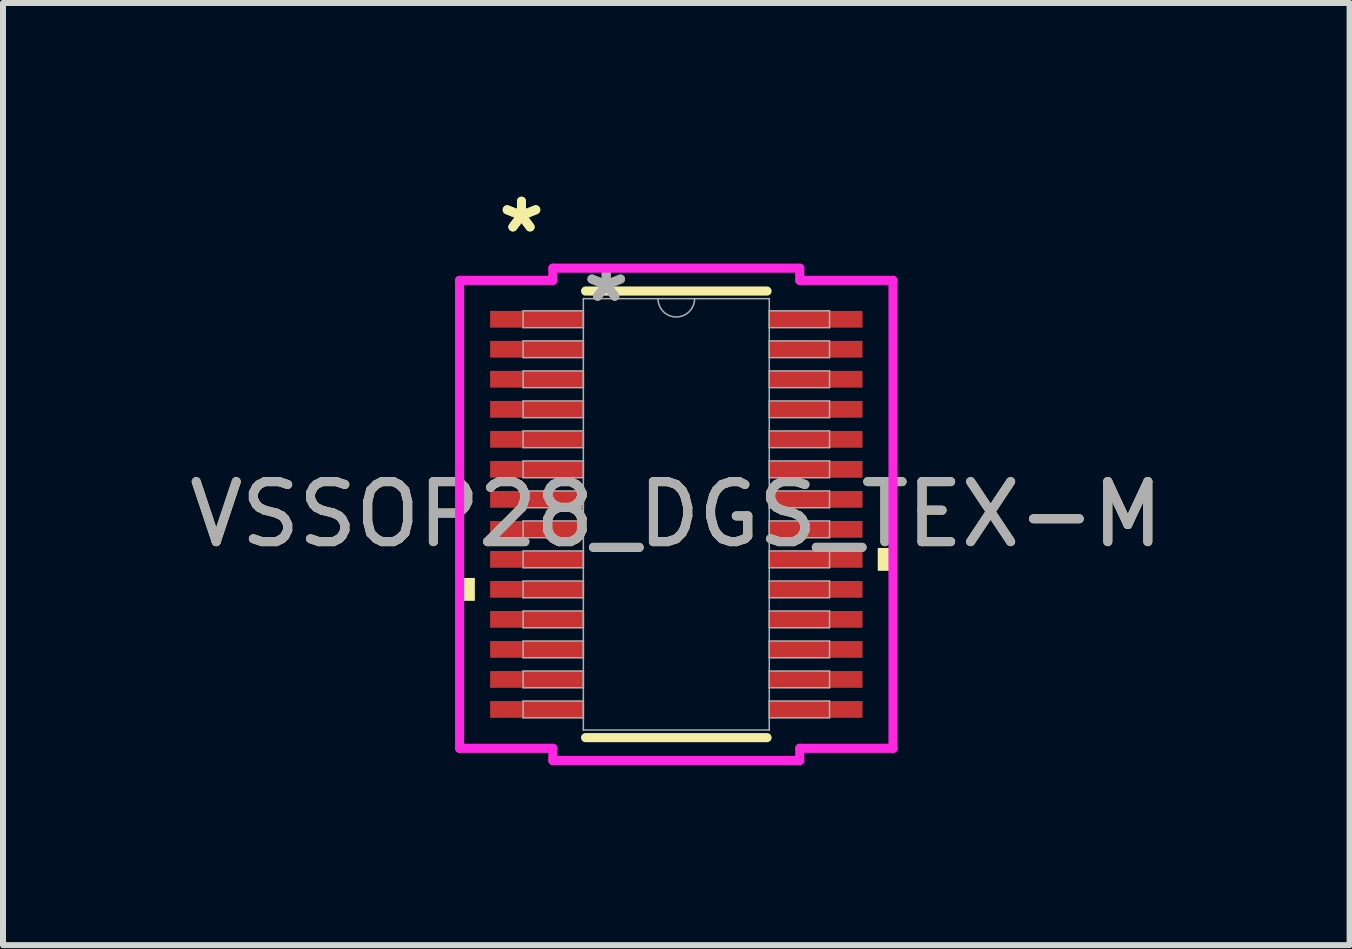
<source format=kicad_pcb>
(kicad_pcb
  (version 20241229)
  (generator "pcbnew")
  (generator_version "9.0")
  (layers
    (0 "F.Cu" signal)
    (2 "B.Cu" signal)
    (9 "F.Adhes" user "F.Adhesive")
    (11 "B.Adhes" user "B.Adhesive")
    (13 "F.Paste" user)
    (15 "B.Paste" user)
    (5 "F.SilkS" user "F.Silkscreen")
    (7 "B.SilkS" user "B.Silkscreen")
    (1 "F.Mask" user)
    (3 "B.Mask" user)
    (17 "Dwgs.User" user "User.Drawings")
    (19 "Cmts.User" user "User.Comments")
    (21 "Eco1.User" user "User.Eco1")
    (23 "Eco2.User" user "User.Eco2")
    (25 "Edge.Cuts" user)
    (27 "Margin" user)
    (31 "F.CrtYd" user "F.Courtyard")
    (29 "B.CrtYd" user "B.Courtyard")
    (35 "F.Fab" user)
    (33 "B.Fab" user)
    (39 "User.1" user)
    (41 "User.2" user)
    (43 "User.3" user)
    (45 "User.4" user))
  (footprint "VSSOP28_DGS_TEX-M"
    (layer "F.Cu")
    (at 8.22 5.521)
    (property "Reference" "VSSOP28_DGS_TEX-M" (at 0 0 0) (unlocked yes) (layer "F.SilkS") (effects (font (size 1 1) (thickness 0.15))))
    (attr smd)
    (fp_line (start -1.512 3.721) (end 1.512 3.721) (stroke (width 0.152) (type solid)) (layer "F.SilkS"))
    (fp_line (start 1.512 -3.721) (end -1.512 -3.721) (stroke (width 0.152) (type solid)) (layer "F.SilkS"))
    (fp_poly (pts (xy -3.611 1.06) (xy -3.611 1.441) (xy -3.357 1.441) (xy -3.357 1.06)) (stroke (width 0) (type solid)) (fill yes) (layer "F.SilkS"))
    (fp_poly (pts (xy 3.611 0.56) (xy 3.611 0.941) (xy 3.357 0.941) (xy 3.357 0.56)) (stroke (width 0) (type solid)) (fill yes) (layer "F.SilkS"))
    (fp_line (start -3.611 -3.899) (end -2.057 -3.899) (stroke (width 0.152) (type solid)) (layer "F.CrtYd"))
    (fp_line (start -3.611 3.899) (end -3.611 -3.899) (stroke (width 0.152) (type solid)) (layer "F.CrtYd"))
    (fp_line (start -3.611 3.899) (end -2.057 3.899) (stroke (width 0.152) (type solid)) (layer "F.CrtYd"))
    (fp_line (start -2.057 -4.102) (end 2.057 -4.102) (stroke (width 0.152) (type solid)) (layer "F.CrtYd"))
    (fp_line (start -2.057 -3.899) (end -2.057 -4.102) (stroke (width 0.152) (type solid)) (layer "F.CrtYd"))
    (fp_line (start -2.057 4.102) (end -2.057 3.899) (stroke (width 0.152) (type solid)) (layer "F.CrtYd"))
    (fp_line (start 2.057 -4.102) (end 2.057 -3.899) (stroke (width 0.152) (type solid)) (layer "F.CrtYd"))
    (fp_line (start 2.057 3.899) (end 2.057 4.102) (stroke (width 0.152) (type solid)) (layer "F.CrtYd"))
    (fp_line (start 2.057 4.102) (end -2.057 4.102) (stroke (width 0.152) (type solid)) (layer "F.CrtYd"))
    (fp_line (start 3.611 -3.899) (end 2.057 -3.899) (stroke (width 0.152) (type solid)) (layer "F.CrtYd"))
    (fp_line (start 3.611 -3.899) (end 3.611 3.899) (stroke (width 0.152) (type solid)) (layer "F.CrtYd"))
    (fp_line (start 3.611 3.899) (end 2.057 3.899) (stroke (width 0.152) (type solid)) (layer "F.CrtYd"))
    (fp_line (start -2.553 -3.391) (end -2.553 -3.111) (stroke (width 0.025) (type solid)) (layer "F.Fab"))
    (fp_line (start -2.553 -3.111) (end -1.549 -3.111) (stroke (width 0.025) (type solid)) (layer "F.Fab"))
    (fp_line (start -2.553 -2.89) (end -2.553 -2.611) (stroke (width 0.025) (type solid)) (layer "F.Fab"))
    (fp_line (start -2.553 -2.611) (end -1.549 -2.611) (stroke (width 0.025) (type solid)) (layer "F.Fab"))
    (fp_line (start -2.553 -2.39) (end -2.553 -2.111) (stroke (width 0.025) (type solid)) (layer "F.Fab"))
    (fp_line (start -2.553 -2.111) (end -1.549 -2.111) (stroke (width 0.025) (type solid)) (layer "F.Fab"))
    (fp_line (start -2.553 -1.89) (end -2.553 -1.611) (stroke (width 0.025) (type solid)) (layer "F.Fab"))
    (fp_line (start -2.553 -1.611) (end -1.549 -1.611) (stroke (width 0.025) (type solid)) (layer "F.Fab"))
    (fp_line (start -2.553 -1.39) (end -2.553 -1.111) (stroke (width 0.025) (type solid)) (layer "F.Fab"))
    (fp_line (start -2.553 -1.111) (end -1.549 -1.111) (stroke (width 0.025) (type solid)) (layer "F.Fab"))
    (fp_line (start -2.553 -0.89) (end -2.553 -0.61) (stroke (width 0.025) (type solid)) (layer "F.Fab"))
    (fp_line (start -2.553 -0.61) (end -1.549 -0.61) (stroke (width 0.025) (type solid)) (layer "F.Fab"))
    (fp_line (start -2.553 -0.39) (end -2.553 -0.11) (stroke (width 0.025) (type solid)) (layer "F.Fab"))
    (fp_line (start -2.553 -0.11) (end -1.549 -0.11) (stroke (width 0.025) (type solid)) (layer "F.Fab"))
    (fp_line (start -2.553 0.11) (end -2.553 0.39) (stroke (width 0.025) (type solid)) (layer "F.Fab"))
    (fp_line (start -2.553 0.39) (end -1.549 0.39) (stroke (width 0.025) (type solid)) (layer "F.Fab"))
    (fp_line (start -2.553 0.61) (end -2.553 0.89) (stroke (width 0.025) (type solid)) (layer "F.Fab"))
    (fp_line (start -2.553 0.89) (end -1.549 0.89) (stroke (width 0.025) (type solid)) (layer "F.Fab"))
    (fp_line (start -2.553 1.111) (end -2.553 1.39) (stroke (width 0.025) (type solid)) (layer "F.Fab"))
    (fp_line (start -2.553 1.39) (end -1.549 1.39) (stroke (width 0.025) (type solid)) (layer "F.Fab"))
    (fp_line (start -2.553 1.611) (end -2.553 1.89) (stroke (width 0.025) (type solid)) (layer "F.Fab"))
    (fp_line (start -2.553 1.89) (end -1.549 1.89) (stroke (width 0.025) (type solid)) (layer "F.Fab"))
    (fp_line (start -2.553 2.111) (end -2.553 2.39) (stroke (width 0.025) (type solid)) (layer "F.Fab"))
    (fp_line (start -2.553 2.39) (end -1.549 2.39) (stroke (width 0.025) (type solid)) (layer "F.Fab"))
    (fp_line (start -2.553 2.611) (end -2.553 2.89) (stroke (width 0.025) (type solid)) (layer "F.Fab"))
    (fp_line (start -2.553 2.89) (end -1.549 2.89) (stroke (width 0.025) (type solid)) (layer "F.Fab"))
    (fp_line (start -2.553 3.111) (end -2.553 3.391) (stroke (width 0.025) (type solid)) (layer "F.Fab"))
    (fp_line (start -2.553 3.391) (end -1.549 3.391) (stroke (width 0.025) (type solid)) (layer "F.Fab"))
    (fp_line (start -1.549 -3.594) (end -1.549 3.594) (stroke (width 0.025) (type solid)) (layer "F.Fab"))
    (fp_line (start -1.549 -3.391) (end -2.553 -3.391) (stroke (width 0.025) (type solid)) (layer "F.Fab"))
    (fp_line (start -1.549 -3.111) (end -1.549 -3.391) (stroke (width 0.025) (type solid)) (layer "F.Fab"))
    (fp_line (start -1.549 -2.89) (end -2.553 -2.89) (stroke (width 0.025) (type solid)) (layer "F.Fab"))
    (fp_line (start -1.549 -2.611) (end -1.549 -2.89) (stroke (width 0.025) (type solid)) (layer "F.Fab"))
    (fp_line (start -1.549 -2.39) (end -2.553 -2.39) (stroke (width 0.025) (type solid)) (layer "F.Fab"))
    (fp_line (start -1.549 -2.111) (end -1.549 -2.39) (stroke (width 0.025) (type solid)) (layer "F.Fab"))
    (fp_line (start -1.549 -1.89) (end -2.553 -1.89) (stroke (width 0.025) (type solid)) (layer "F.Fab"))
    (fp_line (start -1.549 -1.611) (end -1.549 -1.89) (stroke (width 0.025) (type solid)) (layer "F.Fab"))
    (fp_line (start -1.549 -1.39) (end -2.553 -1.39) (stroke (width 0.025) (type solid)) (layer "F.Fab"))
    (fp_line (start -1.549 -1.111) (end -1.549 -1.39) (stroke (width 0.025) (type solid)) (layer "F.Fab"))
    (fp_line (start -1.549 -0.89) (end -2.553 -0.89) (stroke (width 0.025) (type solid)) (layer "F.Fab"))
    (fp_line (start -1.549 -0.61) (end -1.549 -0.89) (stroke (width 0.025) (type solid)) (layer "F.Fab"))
    (fp_line (start -1.549 -0.39) (end -2.553 -0.39) (stroke (width 0.025) (type solid)) (layer "F.Fab"))
    (fp_line (start -1.549 -0.11) (end -1.549 -0.39) (stroke (width 0.025) (type solid)) (layer "F.Fab"))
    (fp_line (start -1.549 0.11) (end -2.553 0.11) (stroke (width 0.025) (type solid)) (layer "F.Fab"))
    (fp_line (start -1.549 0.39) (end -1.549 0.11) (stroke (width 0.025) (type solid)) (layer "F.Fab"))
    (fp_line (start -1.549 0.61) (end -2.553 0.61) (stroke (width 0.025) (type solid)) (layer "F.Fab"))
    (fp_line (start -1.549 0.89) (end -1.549 0.61) (stroke (width 0.025) (type solid)) (layer "F.Fab"))
    (fp_line (start -1.549 1.111) (end -2.553 1.111) (stroke (width 0.025) (type solid)) (layer "F.Fab"))
    (fp_line (start -1.549 1.39) (end -1.549 1.111) (stroke (width 0.025) (type solid)) (layer "F.Fab"))
    (fp_line (start -1.549 1.611) (end -2.553 1.611) (stroke (width 0.025) (type solid)) (layer "F.Fab"))
    (fp_line (start -1.549 1.89) (end -1.549 1.611) (stroke (width 0.025) (type solid)) (layer "F.Fab"))
    (fp_line (start -1.549 2.111) (end -2.553 2.111) (stroke (width 0.025) (type solid)) (layer "F.Fab"))
    (fp_line (start -1.549 2.39) (end -1.549 2.111) (stroke (width 0.025) (type solid)) (layer "F.Fab"))
    (fp_line (start -1.549 2.611) (end -2.553 2.611) (stroke (width 0.025) (type solid)) (layer "F.Fab"))
    (fp_line (start -1.549 2.89) (end -1.549 2.611) (stroke (width 0.025) (type solid)) (layer "F.Fab"))
    (fp_line (start -1.549 3.111) (end -2.553 3.111) (stroke (width 0.025) (type solid)) (layer "F.Fab"))
    (fp_line (start -1.549 3.391) (end -1.549 3.111) (stroke (width 0.025) (type solid)) (layer "F.Fab"))
    (fp_line (start -1.549 3.594) (end 1.549 3.594) (stroke (width 0.025) (type solid)) (layer "F.Fab"))
    (fp_line (start 1.549 -3.594) (end -1.549 -3.594) (stroke (width 0.025) (type solid)) (layer "F.Fab"))
    (fp_line (start 1.549 -3.391) (end 1.549 -3.111) (stroke (width 0.025) (type solid)) (layer "F.Fab"))
    (fp_line (start 1.549 -3.111) (end 2.553 -3.111) (stroke (width 0.025) (type solid)) (layer "F.Fab"))
    (fp_line (start 1.549 -2.89) (end 1.549 -2.611) (stroke (width 0.025) (type solid)) (layer "F.Fab"))
    (fp_line (start 1.549 -2.611) (end 2.553 -2.611) (stroke (width 0.025) (type solid)) (layer "F.Fab"))
    (fp_line (start 1.549 -2.39) (end 1.549 -2.111) (stroke (width 0.025) (type solid)) (layer "F.Fab"))
    (fp_line (start 1.549 -2.111) (end 2.553 -2.111) (stroke (width 0.025) (type solid)) (layer "F.Fab"))
    (fp_line (start 1.549 -1.89) (end 1.549 -1.611) (stroke (width 0.025) (type solid)) (layer "F.Fab"))
    (fp_line (start 1.549 -1.611) (end 2.553 -1.611) (stroke (width 0.025) (type solid)) (layer "F.Fab"))
    (fp_line (start 1.549 -1.39) (end 1.549 -1.111) (stroke (width 0.025) (type solid)) (layer "F.Fab"))
    (fp_line (start 1.549 -1.111) (end 2.553 -1.111) (stroke (width 0.025) (type solid)) (layer "F.Fab"))
    (fp_line (start 1.549 -0.89) (end 1.549 -0.61) (stroke (width 0.025) (type solid)) (layer "F.Fab"))
    (fp_line (start 1.549 -0.61) (end 2.553 -0.61) (stroke (width 0.025) (type solid)) (layer "F.Fab"))
    (fp_line (start 1.549 -0.39) (end 1.549 -0.11) (stroke (width 0.025) (type solid)) (layer "F.Fab"))
    (fp_line (start 1.549 -0.11) (end 2.553 -0.11) (stroke (width 0.025) (type solid)) (layer "F.Fab"))
    (fp_line (start 1.549 0.11) (end 1.549 0.39) (stroke (width 0.025) (type solid)) (layer "F.Fab"))
    (fp_line (start 1.549 0.39) (end 2.553 0.39) (stroke (width 0.025) (type solid)) (layer "F.Fab"))
    (fp_line (start 1.549 0.61) (end 1.549 0.89) (stroke (width 0.025) (type solid)) (layer "F.Fab"))
    (fp_line (start 1.549 0.89) (end 2.553 0.89) (stroke (width 0.025) (type solid)) (layer "F.Fab"))
    (fp_line (start 1.549 1.111) (end 1.549 1.39) (stroke (width 0.025) (type solid)) (layer "F.Fab"))
    (fp_line (start 1.549 1.39) (end 2.553 1.39) (stroke (width 0.025) (type solid)) (layer "F.Fab"))
    (fp_line (start 1.549 1.611) (end 1.549 1.89) (stroke (width 0.025) (type solid)) (layer "F.Fab"))
    (fp_line (start 1.549 1.89) (end 2.553 1.89) (stroke (width 0.025) (type solid)) (layer "F.Fab"))
    (fp_line (start 1.549 2.111) (end 1.549 2.39) (stroke (width 0.025) (type solid)) (layer "F.Fab"))
    (fp_line (start 1.549 2.39) (end 2.553 2.39) (stroke (width 0.025) (type solid)) (layer "F.Fab"))
    (fp_line (start 1.549 2.611) (end 1.549 2.89) (stroke (width 0.025) (type solid)) (layer "F.Fab"))
    (fp_line (start 1.549 2.89) (end 2.553 2.89) (stroke (width 0.025) (type solid)) (layer "F.Fab"))
    (fp_line (start 1.549 3.111) (end 1.549 3.391) (stroke (width 0.025) (type solid)) (layer "F.Fab"))
    (fp_line (start 1.549 3.391) (end 2.553 3.391) (stroke (width 0.025) (type solid)) (layer "F.Fab"))
    (fp_line (start 1.549 3.594) (end 1.549 -3.594) (stroke (width 0.025) (type solid)) (layer "F.Fab"))
    (fp_line (start 2.553 -3.391) (end 1.549 -3.391) (stroke (width 0.025) (type solid)) (layer "F.Fab"))
    (fp_line (start 2.553 -3.111) (end 2.553 -3.391) (stroke (width 0.025) (type solid)) (layer "F.Fab"))
    (fp_line (start 2.553 -2.89) (end 1.549 -2.89) (stroke (width 0.025) (type solid)) (layer "F.Fab"))
    (fp_line (start 2.553 -2.611) (end 2.553 -2.89) (stroke (width 0.025) (type solid)) (layer "F.Fab"))
    (fp_line (start 2.553 -2.39) (end 1.549 -2.39) (stroke (width 0.025) (type solid)) (layer "F.Fab"))
    (fp_line (start 2.553 -2.111) (end 2.553 -2.39) (stroke (width 0.025) (type solid)) (layer "F.Fab"))
    (fp_line (start 2.553 -1.89) (end 1.549 -1.89) (stroke (width 0.025) (type solid)) (layer "F.Fab"))
    (fp_line (start 2.553 -1.611) (end 2.553 -1.89) (stroke (width 0.025) (type solid)) (layer "F.Fab"))
    (fp_line (start 2.553 -1.39) (end 1.549 -1.39) (stroke (width 0.025) (type solid)) (layer "F.Fab"))
    (fp_line (start 2.553 -1.111) (end 2.553 -1.39) (stroke (width 0.025) (type solid)) (layer "F.Fab"))
    (fp_line (start 2.553 -0.89) (end 1.549 -0.89) (stroke (width 0.025) (type solid)) (layer "F.Fab"))
    (fp_line (start 2.553 -0.61) (end 2.553 -0.89) (stroke (width 0.025) (type solid)) (layer "F.Fab"))
    (fp_line (start 2.553 -0.39) (end 1.549 -0.39) (stroke (width 0.025) (type solid)) (layer "F.Fab"))
    (fp_line (start 2.553 -0.11) (end 2.553 -0.39) (stroke (width 0.025) (type solid)) (layer "F.Fab"))
    (fp_line (start 2.553 0.11) (end 1.549 0.11) (stroke (width 0.025) (type solid)) (layer "F.Fab"))
    (fp_line (start 2.553 0.39) (end 2.553 0.11) (stroke (width 0.025) (type solid)) (layer "F.Fab"))
    (fp_line (start 2.553 0.61) (end 1.549 0.61) (stroke (width 0.025) (type solid)) (layer "F.Fab"))
    (fp_line (start 2.553 0.89) (end 2.553 0.61) (stroke (width 0.025) (type solid)) (layer "F.Fab"))
    (fp_line (start 2.553 1.111) (end 1.549 1.111) (stroke (width 0.025) (type solid)) (layer "F.Fab"))
    (fp_line (start 2.553 1.39) (end 2.553 1.111) (stroke (width 0.025) (type solid)) (layer "F.Fab"))
    (fp_line (start 2.553 1.611) (end 1.549 1.611) (stroke (width 0.025) (type solid)) (layer "F.Fab"))
    (fp_line (start 2.553 1.89) (end 2.553 1.611) (stroke (width 0.025) (type solid)) (layer "F.Fab"))
    (fp_line (start 2.553 2.111) (end 1.549 2.111) (stroke (width 0.025) (type solid)) (layer "F.Fab"))
    (fp_line (start 2.553 2.39) (end 2.553 2.111) (stroke (width 0.025) (type solid)) (layer "F.Fab"))
    (fp_line (start 2.553 2.611) (end 1.549 2.611) (stroke (width 0.025) (type solid)) (layer "F.Fab"))
    (fp_line (start 2.553 2.89) (end 2.553 2.611) (stroke (width 0.025) (type solid)) (layer "F.Fab"))
    (fp_line (start 2.553 3.111) (end 1.549 3.111) (stroke (width 0.025) (type solid)) (layer "F.Fab"))
    (fp_line (start 2.553 3.391) (end 2.553 3.111) (stroke (width 0.025) (type solid)) (layer "F.Fab"))
    (fp_arc (start 0.3048 -3.5941) (mid 0 -3.2893) (end -0.3048 -3.5941) (stroke (width 0.0254) (type solid)) (layer "F.Fab"))
    (fp_text user "*" (at -2.58 -4.673 0) (layer "F.SilkS") (effects (font (size 1 1) (thickness 0.15))))
    (fp_text user "*" (at -2.58 -4.673 0) (unlocked yes) (layer "F.SilkS") (effects (font (size 1 1) (thickness 0.15))))
    (fp_text user "*" (at -1.168 -3.518 0) (layer "F.Fab") (effects (font (size 1 1) (thickness 0.15))))
    (fp_text user "*" (at -1.168 -3.518 0) (unlocked yes) (layer "F.Fab") (effects (font (size 1 1) (thickness 0.15))))
    (fp_text user "${REFERENCE}" (at 0 0 0) (unlocked yes) (layer "F.Fab") (effects (font (size 1 1) (thickness 0.15))))
    (pad "1" smd rect (at -2.326 -3.251) (size 1.553 0.279) (layers "F.Cu" "F.Mask" "F.Paste"))
    (pad "2" smd rect (at -2.326 -2.751) (size 1.553 0.279) (layers "F.Cu" "F.Mask" "F.Paste"))
    (pad "3" smd rect (at -2.326 -2.251) (size 1.553 0.279) (layers "F.Cu" "F.Mask" "F.Paste"))
    (pad "4" smd rect (at -2.326 -1.75) (size 1.553 0.279) (layers "F.Cu" "F.Mask" "F.Paste"))
    (pad "5" smd rect (at -2.326 -1.25) (size 1.553 0.279) (layers "F.Cu" "F.Mask" "F.Paste"))
    (pad "6" smd rect (at -2.326 -0.75) (size 1.553 0.279) (layers "F.Cu" "F.Mask" "F.Paste"))
    (pad "7" smd rect (at -2.326 -0.25) (size 1.553 0.279) (layers "F.Cu" "F.Mask" "F.Paste"))
    (pad "8" smd rect (at -2.326 0.25) (size 1.553 0.279) (layers "F.Cu" "F.Mask" "F.Paste"))
    (pad "9" smd rect (at -2.326 0.75) (size 1.553 0.279) (layers "F.Cu" "F.Mask" "F.Paste"))
    (pad "10" smd rect (at -2.326 1.25) (size 1.553 0.279) (layers "F.Cu" "F.Mask" "F.Paste"))
    (pad "11" smd rect (at -2.326 1.75) (size 1.553 0.279) (layers "F.Cu" "F.Mask" "F.Paste"))
    (pad "12" smd rect (at -2.326 2.251) (size 1.553 0.279) (layers "F.Cu" "F.Mask" "F.Paste"))
    (pad "13" smd rect (at -2.326 2.751) (size 1.553 0.279) (layers "F.Cu" "F.Mask" "F.Paste"))
    (pad "14" smd rect (at -2.326 3.251) (size 1.553 0.279) (layers "F.Cu" "F.Mask" "F.Paste"))
    (pad "15" smd rect (at 2.326 3.251) (size 1.553 0.279) (layers "F.Cu" "F.Mask" "F.Paste"))
    (pad "16" smd rect (at 2.326 2.751) (size 1.553 0.279) (layers "F.Cu" "F.Mask" "F.Paste"))
    (pad "17" smd rect (at 2.326 2.251) (size 1.553 0.279) (layers "F.Cu" "F.Mask" "F.Paste"))
    (pad "18" smd rect (at 2.326 1.75) (size 1.553 0.279) (layers "F.Cu" "F.Mask" "F.Paste"))
    (pad "19" smd rect (at 2.326 1.25) (size 1.553 0.279) (layers "F.Cu" "F.Mask" "F.Paste"))
    (pad "20" smd rect (at 2.326 0.75) (size 1.553 0.279) (layers "F.Cu" "F.Mask" "F.Paste"))
    (pad "21" smd rect (at 2.326 0.25) (size 1.553 0.279) (layers "F.Cu" "F.Mask" "F.Paste"))
    (pad "22" smd rect (at 2.326 -0.25) (size 1.553 0.279) (layers "F.Cu" "F.Mask" "F.Paste"))
    (pad "23" smd rect (at 2.326 -0.75) (size 1.553 0.279) (layers "F.Cu" "F.Mask" "F.Paste"))
    (pad "24" smd rect (at 2.326 -1.25) (size 1.553 0.279) (layers "F.Cu" "F.Mask" "F.Paste"))
    (pad "25" smd rect (at 2.326 -1.75) (size 1.553 0.279) (layers "F.Cu" "F.Mask" "F.Paste"))
    (pad "26" smd rect (at 2.326 -2.251) (size 1.553 0.279) (layers "F.Cu" "F.Mask" "F.Paste"))
    (pad "27" smd rect (at 2.326 -2.751) (size 1.553 0.279) (layers "F.Cu" "F.Mask" "F.Paste"))
    (pad "28" smd rect (at 2.326 -3.251) (size 1.553 0.279) (layers "F.Cu" "F.Mask" "F.Paste")))
  (gr_rect
    (start -3 -3)
    (end 19.44 12.7)
    (stroke (width 0.1) (type default))
    (fill no)
    (layer "Edge.Cuts")))
</source>
